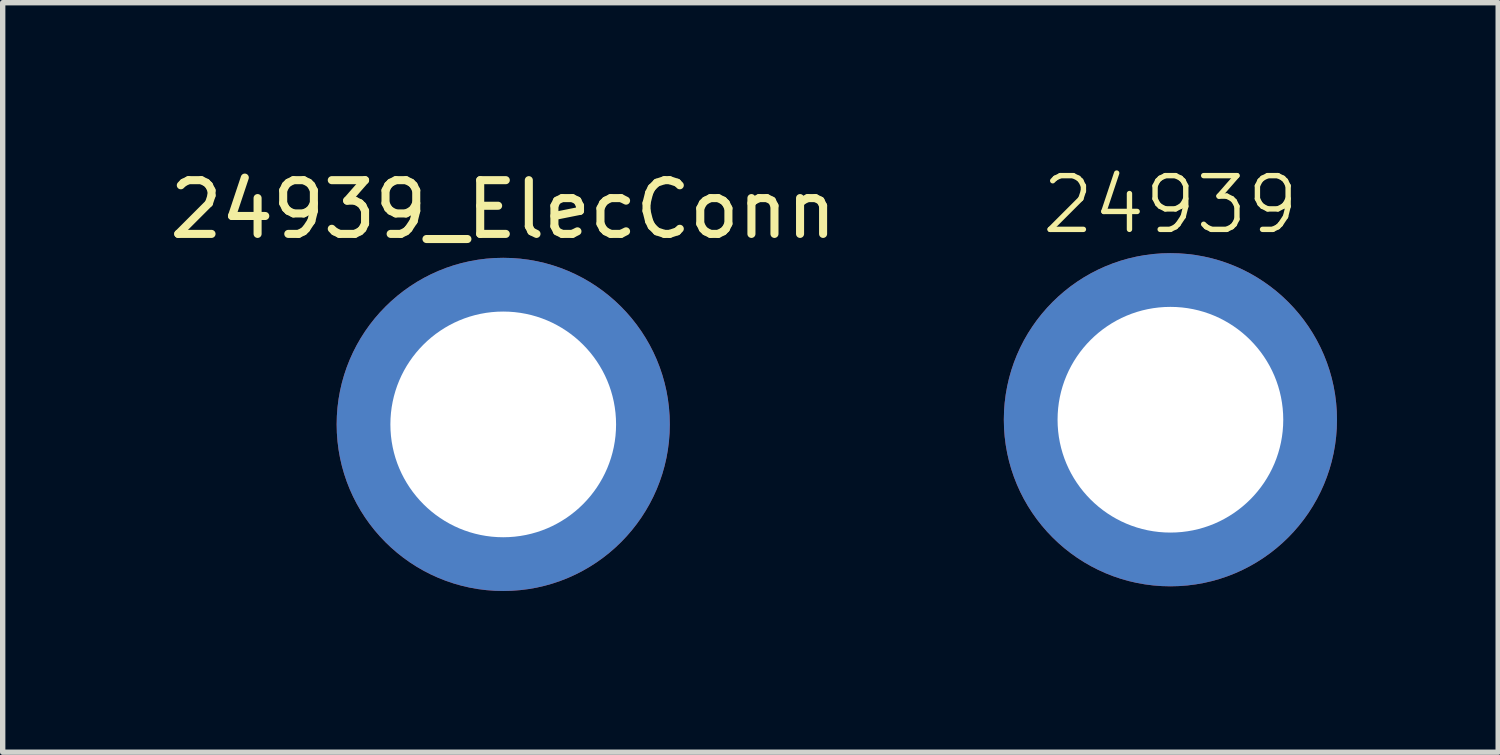
<source format=kicad_pcb>
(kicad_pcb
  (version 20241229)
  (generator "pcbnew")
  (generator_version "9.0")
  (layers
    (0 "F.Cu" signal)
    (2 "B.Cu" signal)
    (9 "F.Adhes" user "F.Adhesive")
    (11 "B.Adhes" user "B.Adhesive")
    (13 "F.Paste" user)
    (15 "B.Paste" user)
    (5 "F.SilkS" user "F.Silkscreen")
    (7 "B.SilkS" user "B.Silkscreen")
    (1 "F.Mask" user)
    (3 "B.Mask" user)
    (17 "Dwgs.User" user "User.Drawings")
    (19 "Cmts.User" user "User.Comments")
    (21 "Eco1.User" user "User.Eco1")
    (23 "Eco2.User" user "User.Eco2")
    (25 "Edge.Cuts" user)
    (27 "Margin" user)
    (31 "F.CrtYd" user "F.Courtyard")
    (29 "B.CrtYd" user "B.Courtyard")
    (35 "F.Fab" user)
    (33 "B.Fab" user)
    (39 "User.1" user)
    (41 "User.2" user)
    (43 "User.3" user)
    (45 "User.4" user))
  (footprint "24939_ElecConn"
    (layer "F.Cu")
    (at 6.315 4.848)
    (property "Reference" "24939_ElecConn" (at 0 -4 0) (unlocked yes) (layer "F.SilkS") (effects (font (size 1 1) (thickness 0.15))))
    (attr smd)
    (pad "1" thru_hole circle (at 0 0) (size 6.2 6.2) (drill 4.2) (layers "*.Cu" "*.Mask" "F.Paste")))
  (footprint "24939"
    (layer "F.Cu")
    (at 18.731 4.761)
    (property "Reference" "24939" (at 0 -4 0) (unlocked yes) (layer "F.SilkS") (effects (font (size 1 1) (thickness 0.1))))
    (attr smd)
    (pad "1" thru_hole circle (at 0 0) (size 6.2 6.2) (drill 4.2) (layers "*.Cu" "F.Mask" "F.Paste")))
  (gr_rect
    (start -3 -3)
    (end 24.831 10.948)
    (stroke (width 0.1) (type default))
    (fill no)
    (layer "Edge.Cuts")))
</source>
